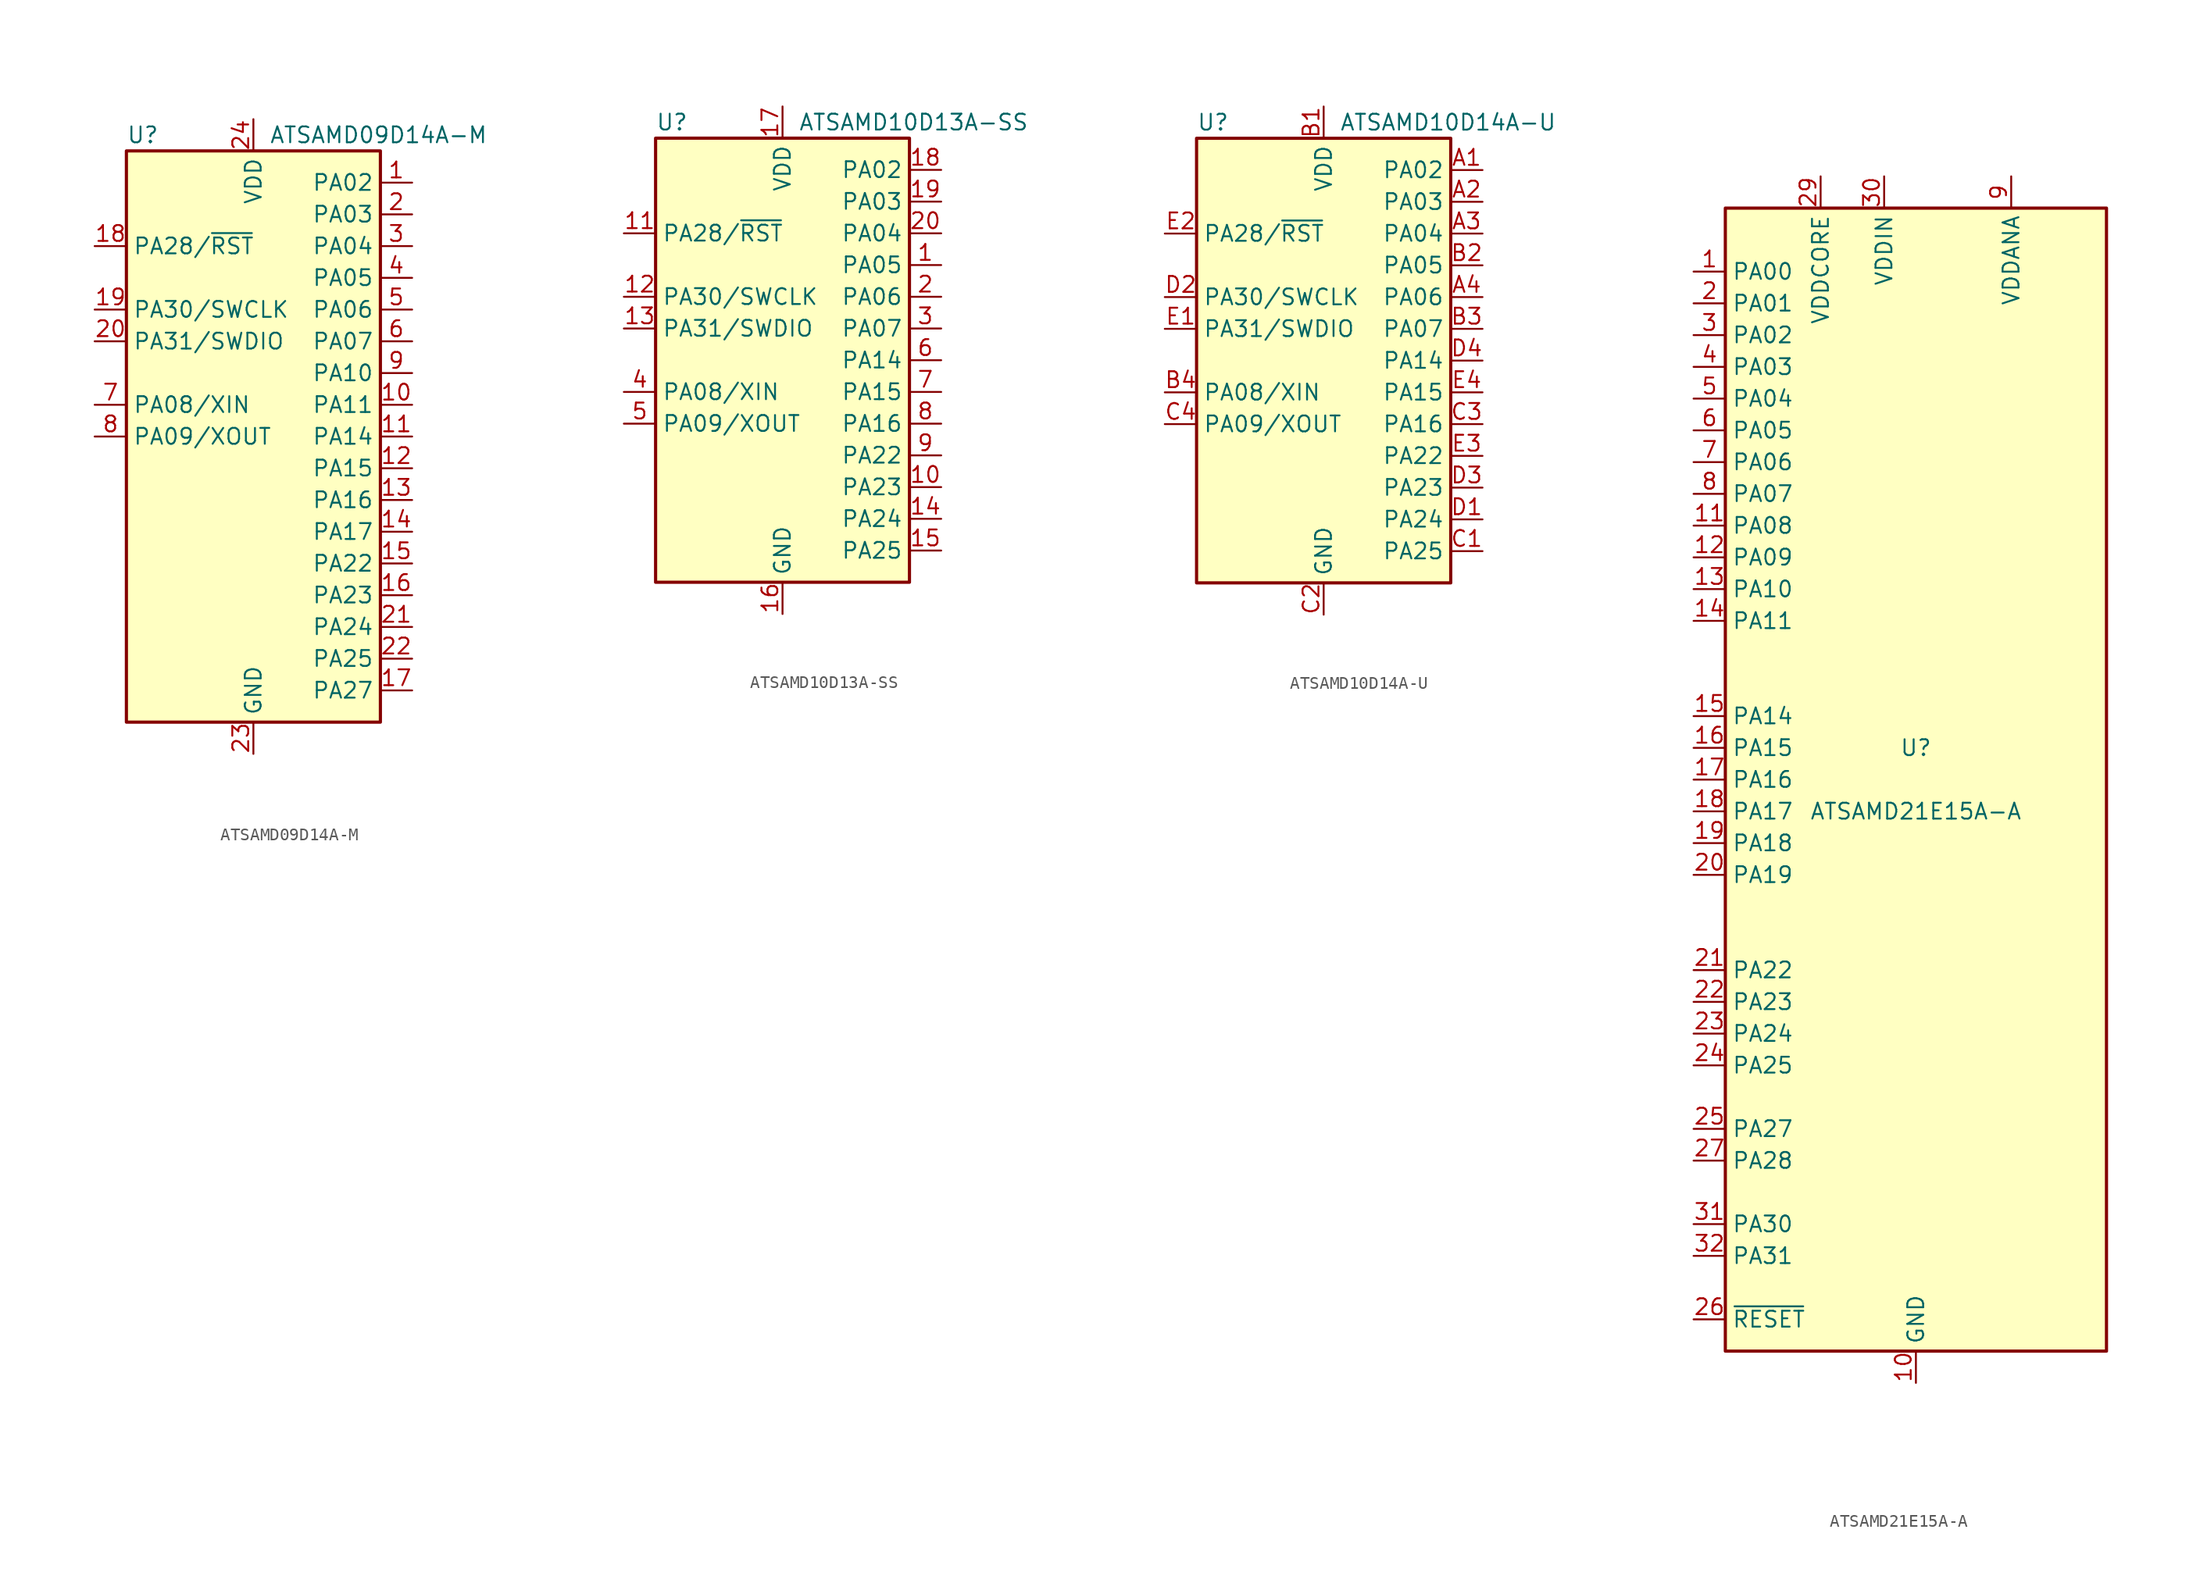
<source format=kicad_sym>
(kicad_symbol_lib
  (version 20211014)
  (generator kicad_symbol_editor)
  (symbol "ATSAMD09D14A-M"
    (property "Reference" "U"
      (at -10.16 24.13 0)
      (effects (font (size 1.27 1.27)) (justify left)))
    (property "Value" "ATSAMD09D14A-M"
      (at 1.27 24.13 0)
      (effects (font (size 1.27 1.27)) (justify left)))
    (symbol "ATSAMD09D14A-M_0_1"
      (rectangle (start -10.16 22.86) (end 10.16 -22.86) (stroke (width 0.254) (type default) (color 0 0 0 0)) (fill (type background))))
    (symbol "ATSAMD09D14A-M_1_1"
      (pin bidirectional line (at 12.7 20.32 180) (length 2.54) (name "PA02" (effects (font (size 1.27 1.27)))) (number "1" (effects (font (size 1.27 1.27)))))
      (pin bidirectional line (at 12.7 2.54 180) (length 2.54) (name "PA11" (effects (font (size 1.27 1.27)))) (number "10" (effects (font (size 1.27 1.27)))))
      (pin bidirectional line (at 12.7 0 180) (length 2.54) (name "PA14" (effects (font (size 1.27 1.27)))) (number "11" (effects (font (size 1.27 1.27)))))
      (pin bidirectional line (at 12.7 -2.54 180) (length 2.54) (name "PA15" (effects (font (size 1.27 1.27)))) (number "12" (effects (font (size 1.27 1.27)))))
      (pin bidirectional line (at 12.7 -5.08 180) (length 2.54) (name "PA16" (effects (font (size 1.27 1.27)))) (number "13" (effects (font (size 1.27 1.27)))))
      (pin bidirectional line (at 12.7 -7.62 180) (length 2.54) (name "PA17" (effects (font (size 1.27 1.27)))) (number "14" (effects (font (size 1.27 1.27)))))
      (pin bidirectional line (at 12.7 -10.16 180) (length 2.54) (name "PA22" (effects (font (size 1.27 1.27)))) (number "15" (effects (font (size 1.27 1.27)))))
      (pin bidirectional line (at 12.7 -12.7 180) (length 2.54) (name "PA23" (effects (font (size 1.27 1.27)))) (number "16" (effects (font (size 1.27 1.27)))))
      (pin bidirectional line (at 12.7 -20.32 180) (length 2.54) (name "PA27" (effects (font (size 1.27 1.27)))) (number "17" (effects (font (size 1.27 1.27)))))
      (pin bidirectional line (at -12.7 15.24 0) (length 2.54) (name "PA28/~{RST}" (effects (font (size 1.27 1.27)))) (number "18" (effects (font (size 1.27 1.27)))))
      (pin bidirectional line (at -12.7 10.16 0) (length 2.54) (name "PA30/SWCLK" (effects (font (size 1.27 1.27)))) (number "19" (effects (font (size 1.27 1.27)))))
      (pin bidirectional line (at 12.7 17.78 180) (length 2.54) (name "PA03" (effects (font (size 1.27 1.27)))) (number "2" (effects (font (size 1.27 1.27)))))
      (pin bidirectional line (at -12.7 7.62 0) (length 2.54) (name "PA31/SWDIO" (effects (font (size 1.27 1.27)))) (number "20" (effects (font (size 1.27 1.27)))))
      (pin bidirectional line (at 12.7 -15.24 180) (length 2.54) (name "PA24" (effects (font (size 1.27 1.27)))) (number "21" (effects (font (size 1.27 1.27)))))
      (pin bidirectional line (at 12.7 -17.78 180) (length 2.54) (name "PA25" (effects (font (size 1.27 1.27)))) (number "22" (effects (font (size 1.27 1.27)))))
      (pin power_in line (at 0 -25.4 90) (length 2.54) (name "GND" (effects (font (size 1.27 1.27)))) (number "23" (effects (font (size 1.27 1.27)))))
      (pin power_in line (at 0 25.4 270) (length 2.54) (name "VDD" (effects (font (size 1.27 1.27)))) (number "24" (effects (font (size 1.27 1.27)))))
      (pin bidirectional line (at 12.7 15.24 180) (length 2.54) (name "PA04" (effects (font (size 1.27 1.27)))) (number "3" (effects (font (size 1.27 1.27)))))
      (pin bidirectional line (at 12.7 12.7 180) (length 2.54) (name "PA05" (effects (font (size 1.27 1.27)))) (number "4" (effects (font (size 1.27 1.27)))))
      (pin bidirectional line (at 12.7 10.16 180) (length 2.54) (name "PA06" (effects (font (size 1.27 1.27)))) (number "5" (effects (font (size 1.27 1.27)))))
      (pin bidirectional line (at 12.7 7.62 180) (length 2.54) (name "PA07" (effects (font (size 1.27 1.27)))) (number "6" (effects (font (size 1.27 1.27)))))
      (pin bidirectional line (at -12.7 2.54 0) (length 2.54) (name "PA08/XIN" (effects (font (size 1.27 1.27)))) (number "7" (effects (font (size 1.27 1.27)))))
      (pin bidirectional line (at -12.7 0 0) (length 2.54) (name "PA09/XOUT" (effects (font (size 1.27 1.27)))) (number "8" (effects (font (size 1.27 1.27)))))
      (pin bidirectional line (at 12.7 5.08 180) (length 2.54) (name "PA10" (effects (font (size 1.27 1.27)))) (number "9" (effects (font (size 1.27 1.27)))))))
  (symbol "ATSAMD10D13A-SS"
    (property "Reference" "U"
      (at -10.16 19.05 0)
      (effects (font (size 1.27 1.27)) (justify left)))
    (property "Value" "ATSAMD10D13A-SS"
      (at 1.27 19.05 0)
      (effects (font (size 1.27 1.27)) (justify left)))
    (symbol "ATSAMD10D13A-SS_0_1"
      (rectangle (start -10.16 17.78) (end 10.16 -17.78) (stroke (width 0.254) (type default) (color 0 0 0 0)) (fill (type background))))
    (symbol "ATSAMD10D13A-SS_1_1"
      (pin bidirectional line (at 12.7 7.62 180) (length 2.54) (name "PA05" (effects (font (size 1.27 1.27)))) (number "1" (effects (font (size 1.27 1.27)))))
      (pin bidirectional line (at 12.7 -10.16 180) (length 2.54) (name "PA23" (effects (font (size 1.27 1.27)))) (number "10" (effects (font (size 1.27 1.27)))))
      (pin bidirectional line (at -12.7 10.16 0) (length 2.54) (name "PA28/~{RST}" (effects (font (size 1.27 1.27)))) (number "11" (effects (font (size 1.27 1.27)))))
      (pin bidirectional line (at -12.7 5.08 0) (length 2.54) (name "PA30/SWCLK" (effects (font (size 1.27 1.27)))) (number "12" (effects (font (size 1.27 1.27)))))
      (pin bidirectional line (at -12.7 2.54 0) (length 2.54) (name "PA31/SWDIO" (effects (font (size 1.27 1.27)))) (number "13" (effects (font (size 1.27 1.27)))))
      (pin bidirectional line (at 12.7 -12.7 180) (length 2.54) (name "PA24" (effects (font (size 1.27 1.27)))) (number "14" (effects (font (size 1.27 1.27)))))
      (pin bidirectional line (at 12.7 -15.24 180) (length 2.54) (name "PA25" (effects (font (size 1.27 1.27)))) (number "15" (effects (font (size 1.27 1.27)))))
      (pin power_in line (at 0 -20.32 90) (length 2.54) (name "GND" (effects (font (size 1.27 1.27)))) (number "16" (effects (font (size 1.27 1.27)))))
      (pin power_in line (at 0 20.32 270) (length 2.54) (name "VDD" (effects (font (size 1.27 1.27)))) (number "17" (effects (font (size 1.27 1.27)))))
      (pin bidirectional line (at 12.7 15.24 180) (length 2.54) (name "PA02" (effects (font (size 1.27 1.27)))) (number "18" (effects (font (size 1.27 1.27)))))
      (pin bidirectional line (at 12.7 12.7 180) (length 2.54) (name "PA03" (effects (font (size 1.27 1.27)))) (number "19" (effects (font (size 1.27 1.27)))))
      (pin bidirectional line (at 12.7 5.08 180) (length 2.54) (name "PA06" (effects (font (size 1.27 1.27)))) (number "2" (effects (font (size 1.27 1.27)))))
      (pin bidirectional line (at 12.7 10.16 180) (length 2.54) (name "PA04" (effects (font (size 1.27 1.27)))) (number "20" (effects (font (size 1.27 1.27)))))
      (pin bidirectional line (at 12.7 2.54 180) (length 2.54) (name "PA07" (effects (font (size 1.27 1.27)))) (number "3" (effects (font (size 1.27 1.27)))))
      (pin bidirectional line (at -12.7 -2.54 0) (length 2.54) (name "PA08/XIN" (effects (font (size 1.27 1.27)))) (number "4" (effects (font (size 1.27 1.27)))))
      (pin bidirectional line (at -12.7 -5.08 0) (length 2.54) (name "PA09/XOUT" (effects (font (size 1.27 1.27)))) (number "5" (effects (font (size 1.27 1.27)))))
      (pin bidirectional line (at 12.7 0 180) (length 2.54) (name "PA14" (effects (font (size 1.27 1.27)))) (number "6" (effects (font (size 1.27 1.27)))))
      (pin bidirectional line (at 12.7 -2.54 180) (length 2.54) (name "PA15" (effects (font (size 1.27 1.27)))) (number "7" (effects (font (size 1.27 1.27)))))
      (pin bidirectional line (at 12.7 -5.08 180) (length 2.54) (name "PA16" (effects (font (size 1.27 1.27)))) (number "8" (effects (font (size 1.27 1.27)))))
      (pin bidirectional line (at 12.7 -7.62 180) (length 2.54) (name "PA22" (effects (font (size 1.27 1.27)))) (number "9" (effects (font (size 1.27 1.27)))))))
  (symbol "ATSAMD10D14A-U"
    (property "Reference" "U"
      (at -10.16 19.05 0)
      (effects (font (size 1.27 1.27)) (justify left)))
    (property "Value" "ATSAMD10D14A-U"
      (at 1.27 19.05 0)
      (effects (font (size 1.27 1.27)) (justify left)))
    (symbol "ATSAMD10D14A-U_0_1"
      (rectangle (start -10.16 17.78) (end 10.16 -17.78) (stroke (width 0.254) (type default) (color 0 0 0 0)) (fill (type background))))
    (symbol "ATSAMD10D14A-U_1_1"
      (pin bidirectional line (at 12.7 15.24 180) (length 2.54) (name "PA02" (effects (font (size 1.27 1.27)))) (number "A1" (effects (font (size 1.27 1.27)))))
      (pin bidirectional line (at 12.7 12.7 180) (length 2.54) (name "PA03" (effects (font (size 1.27 1.27)))) (number "A2" (effects (font (size 1.27 1.27)))))
      (pin bidirectional line (at 12.7 10.16 180) (length 2.54) (name "PA04" (effects (font (size 1.27 1.27)))) (number "A3" (effects (font (size 1.27 1.27)))))
      (pin bidirectional line (at 12.7 5.08 180) (length 2.54) (name "PA06" (effects (font (size 1.27 1.27)))) (number "A4" (effects (font (size 1.27 1.27)))))
      (pin power_in line (at 0 20.32 270) (length 2.54) (name "VDD" (effects (font (size 1.27 1.27)))) (number "B1" (effects (font (size 1.27 1.27)))))
      (pin bidirectional line (at 12.7 7.62 180) (length 2.54) (name "PA05" (effects (font (size 1.27 1.27)))) (number "B2" (effects (font (size 1.27 1.27)))))
      (pin bidirectional line (at 12.7 2.54 180) (length 2.54) (name "PA07" (effects (font (size 1.27 1.27)))) (number "B3" (effects (font (size 1.27 1.27)))))
      (pin bidirectional line (at -12.7 -2.54 0) (length 2.54) (name "PA08/XIN" (effects (font (size 1.27 1.27)))) (number "B4" (effects (font (size 1.27 1.27)))))
      (pin bidirectional line (at 12.7 -15.24 180) (length 2.54) (name "PA25" (effects (font (size 1.27 1.27)))) (number "C1" (effects (font (size 1.27 1.27)))))
      (pin power_in line (at 0 -20.32 90) (length 2.54) (name "GND" (effects (font (size 1.27 1.27)))) (number "C2" (effects (font (size 1.27 1.27)))))
      (pin bidirectional line (at 12.7 -5.08 180) (length 2.54) (name "PA16" (effects (font (size 1.27 1.27)))) (number "C3" (effects (font (size 1.27 1.27)))))
      (pin bidirectional line (at -12.7 -5.08 0) (length 2.54) (name "PA09/XOUT" (effects (font (size 1.27 1.27)))) (number "C4" (effects (font (size 1.27 1.27)))))
      (pin bidirectional line (at 12.7 -12.7 180) (length 2.54) (name "PA24" (effects (font (size 1.27 1.27)))) (number "D1" (effects (font (size 1.27 1.27)))))
      (pin bidirectional line (at -12.7 5.08 0) (length 2.54) (name "PA30/SWCLK" (effects (font (size 1.27 1.27)))) (number "D2" (effects (font (size 1.27 1.27)))))
      (pin bidirectional line (at 12.7 -10.16 180) (length 2.54) (name "PA23" (effects (font (size 1.27 1.27)))) (number "D3" (effects (font (size 1.27 1.27)))))
      (pin bidirectional line (at 12.7 0 180) (length 2.54) (name "PA14" (effects (font (size 1.27 1.27)))) (number "D4" (effects (font (size 1.27 1.27)))))
      (pin bidirectional line (at -12.7 2.54 0) (length 2.54) (name "PA31/SWDIO" (effects (font (size 1.27 1.27)))) (number "E1" (effects (font (size 1.27 1.27)))))
      (pin bidirectional line (at -12.7 10.16 0) (length 2.54) (name "PA28/~{RST}" (effects (font (size 1.27 1.27)))) (number "E2" (effects (font (size 1.27 1.27)))))
      (pin bidirectional line (at 12.7 -7.62 180) (length 2.54) (name "PA22" (effects (font (size 1.27 1.27)))) (number "E3" (effects (font (size 1.27 1.27)))))
      (pin bidirectional line (at 12.7 -2.54 180) (length 2.54) (name "PA15" (effects (font (size 1.27 1.27)))) (number "E4" (effects (font (size 1.27 1.27)))))))
  (symbol "ATSAMD21E15A-A"
    (property "Reference" "U"
      (at 0 2.54 0)
      (effects (font (size 1.27 1.27))))
    (property "Value" "ATSAMD21E15A-A"
      (at 0 -2.54 0)
      (effects (font (size 1.27 1.27))))
    (symbol "ATSAMD21E15A-A_1_1"
      (rectangle (start -15.24 45.72) (end 15.24 -45.72) (stroke (width 0.254) (type default) (color 0 0 0 0)) (fill (type background)))
      (pin bidirectional line (at -17.78 40.64 0) (length 2.54) (name "PA00" (effects (font (size 1.27 1.27)))) (number "1" (effects (font (size 1.27 1.27)))))
      (pin power_in line (at 0 -48.26 90) (length 2.54) (name "GND" (effects (font (size 1.27 1.27)))) (number "10" (effects (font (size 1.27 1.27)))))
      (pin bidirectional line (at -17.78 20.32 0) (length 2.54) (name "PA08" (effects (font (size 1.27 1.27)))) (number "11" (effects (font (size 1.27 1.27)))))
      (pin bidirectional line (at -17.78 17.78 0) (length 2.54) (name "PA09" (effects (font (size 1.27 1.27)))) (number "12" (effects (font (size 1.27 1.27)))))
      (pin bidirectional line (at -17.78 15.24 0) (length 2.54) (name "PA10" (effects (font (size 1.27 1.27)))) (number "13" (effects (font (size 1.27 1.27)))))
      (pin bidirectional line (at -17.78 12.7 0) (length 2.54) (name "PA11" (effects (font (size 1.27 1.27)))) (number "14" (effects (font (size 1.27 1.27)))))
      (pin bidirectional line (at -17.78 5.08 0) (length 2.54) (name "PA14" (effects (font (size 1.27 1.27)))) (number "15" (effects (font (size 1.27 1.27)))))
      (pin bidirectional line (at -17.78 2.54 0) (length 2.54) (name "PA15" (effects (font (size 1.27 1.27)))) (number "16" (effects (font (size 1.27 1.27)))))
      (pin bidirectional line (at -17.78 0 0) (length 2.54) (name "PA16" (effects (font (size 1.27 1.27)))) (number "17" (effects (font (size 1.27 1.27)))))
      (pin bidirectional line (at -17.78 -2.54 0) (length 2.54) (name "PA17" (effects (font (size 1.27 1.27)))) (number "18" (effects (font (size 1.27 1.27)))))
      (pin bidirectional line (at -17.78 -5.08 0) (length 2.54) (name "PA18" (effects (font (size 1.27 1.27)))) (number "19" (effects (font (size 1.27 1.27)))))
      (pin bidirectional line (at -17.78 38.1 0) (length 2.54) (name "PA01" (effects (font (size 1.27 1.27)))) (number "2" (effects (font (size 1.27 1.27)))))
      (pin bidirectional line (at -17.78 -7.62 0) (length 2.54) (name "PA19" (effects (font (size 1.27 1.27)))) (number "20" (effects (font (size 1.27 1.27)))))
      (pin bidirectional line (at -17.78 -15.24 0) (length 2.54) (name "PA22" (effects (font (size 1.27 1.27)))) (number "21" (effects (font (size 1.27 1.27)))))
      (pin bidirectional line (at -17.78 -17.78 0) (length 2.54) (name "PA23" (effects (font (size 1.27 1.27)))) (number "22" (effects (font (size 1.27 1.27)))))
      (pin bidirectional line (at -17.78 -20.32 0) (length 2.54) (name "PA24" (effects (font (size 1.27 1.27)))) (number "23" (effects (font (size 1.27 1.27)))))
      (pin bidirectional line (at -17.78 -22.86 0) (length 2.54) (name "PA25" (effects (font (size 1.27 1.27)))) (number "24" (effects (font (size 1.27 1.27)))))
      (pin bidirectional line (at -17.78 -27.94 0) (length 2.54) (name "PA27" (effects (font (size 1.27 1.27)))) (number "25" (effects (font (size 1.27 1.27)))))
      (pin input line (at -17.78 -43.18 0) (length 2.54) (name "~{RESET}" (effects (font (size 1.27 1.27)))) (number "26" (effects (font (size 1.27 1.27)))))
      (pin bidirectional line (at -17.78 -30.48 0) (length 2.54) (name "PA28" (effects (font (size 1.27 1.27)))) (number "27" (effects (font (size 1.27 1.27)))))
      (pin passive line (at 0 -48.26 90) (length 2.54) hide (name "GND" (effects (font (size 1.27 1.27)))) (number "28" (effects (font (size 1.27 1.27)))))
      (pin power_out line (at -7.62 48.26 270) (length 2.54) (name "VDDCORE" (effects (font (size 1.27 1.27)))) (number "29" (effects (font (size 1.27 1.27)))))
      (pin bidirectional line (at -17.78 35.56 0) (length 2.54) (name "PA02" (effects (font (size 1.27 1.27)))) (number "3" (effects (font (size 1.27 1.27)))))
      (pin power_in line (at -2.54 48.26 270) (length 2.54) (name "VDDIN" (effects (font (size 1.27 1.27)))) (number "30" (effects (font (size 1.27 1.27)))))
      (pin bidirectional line (at -17.78 -35.56 0) (length 2.54) (name "PA30" (effects (font (size 1.27 1.27)))) (number "31" (effects (font (size 1.27 1.27)))))
      (pin bidirectional line (at -17.78 -38.1 0) (length 2.54) (name "PA31" (effects (font (size 1.27 1.27)))) (number "32" (effects (font (size 1.27 1.27)))))
      (pin bidirectional line (at -17.78 33.02 0) (length 2.54) (name "PA03" (effects (font (size 1.27 1.27)))) (number "4" (effects (font (size 1.27 1.27)))))
      (pin bidirectional line (at -17.78 30.48 0) (length 2.54) (name "PA04" (effects (font (size 1.27 1.27)))) (number "5" (effects (font (size 1.27 1.27)))))
      (pin bidirectional line (at -17.78 27.94 0) (length 2.54) (name "PA05" (effects (font (size 1.27 1.27)))) (number "6" (effects (font (size 1.27 1.27)))))
      (pin bidirectional line (at -17.78 25.4 0) (length 2.54) (name "PA06" (effects (font (size 1.27 1.27)))) (number "7" (effects (font (size 1.27 1.27)))))
      (pin bidirectional line (at -17.78 22.86 0) (length 2.54) (name "PA07" (effects (font (size 1.27 1.27)))) (number "8" (effects (font (size 1.27 1.27)))))
      (pin power_in line (at 7.62 48.26 270) (length 2.54) (name "VDDANA" (effects (font (size 1.27 1.27)))) (number "9" (effects (font (size 1.27 1.27))))))))
</source>
